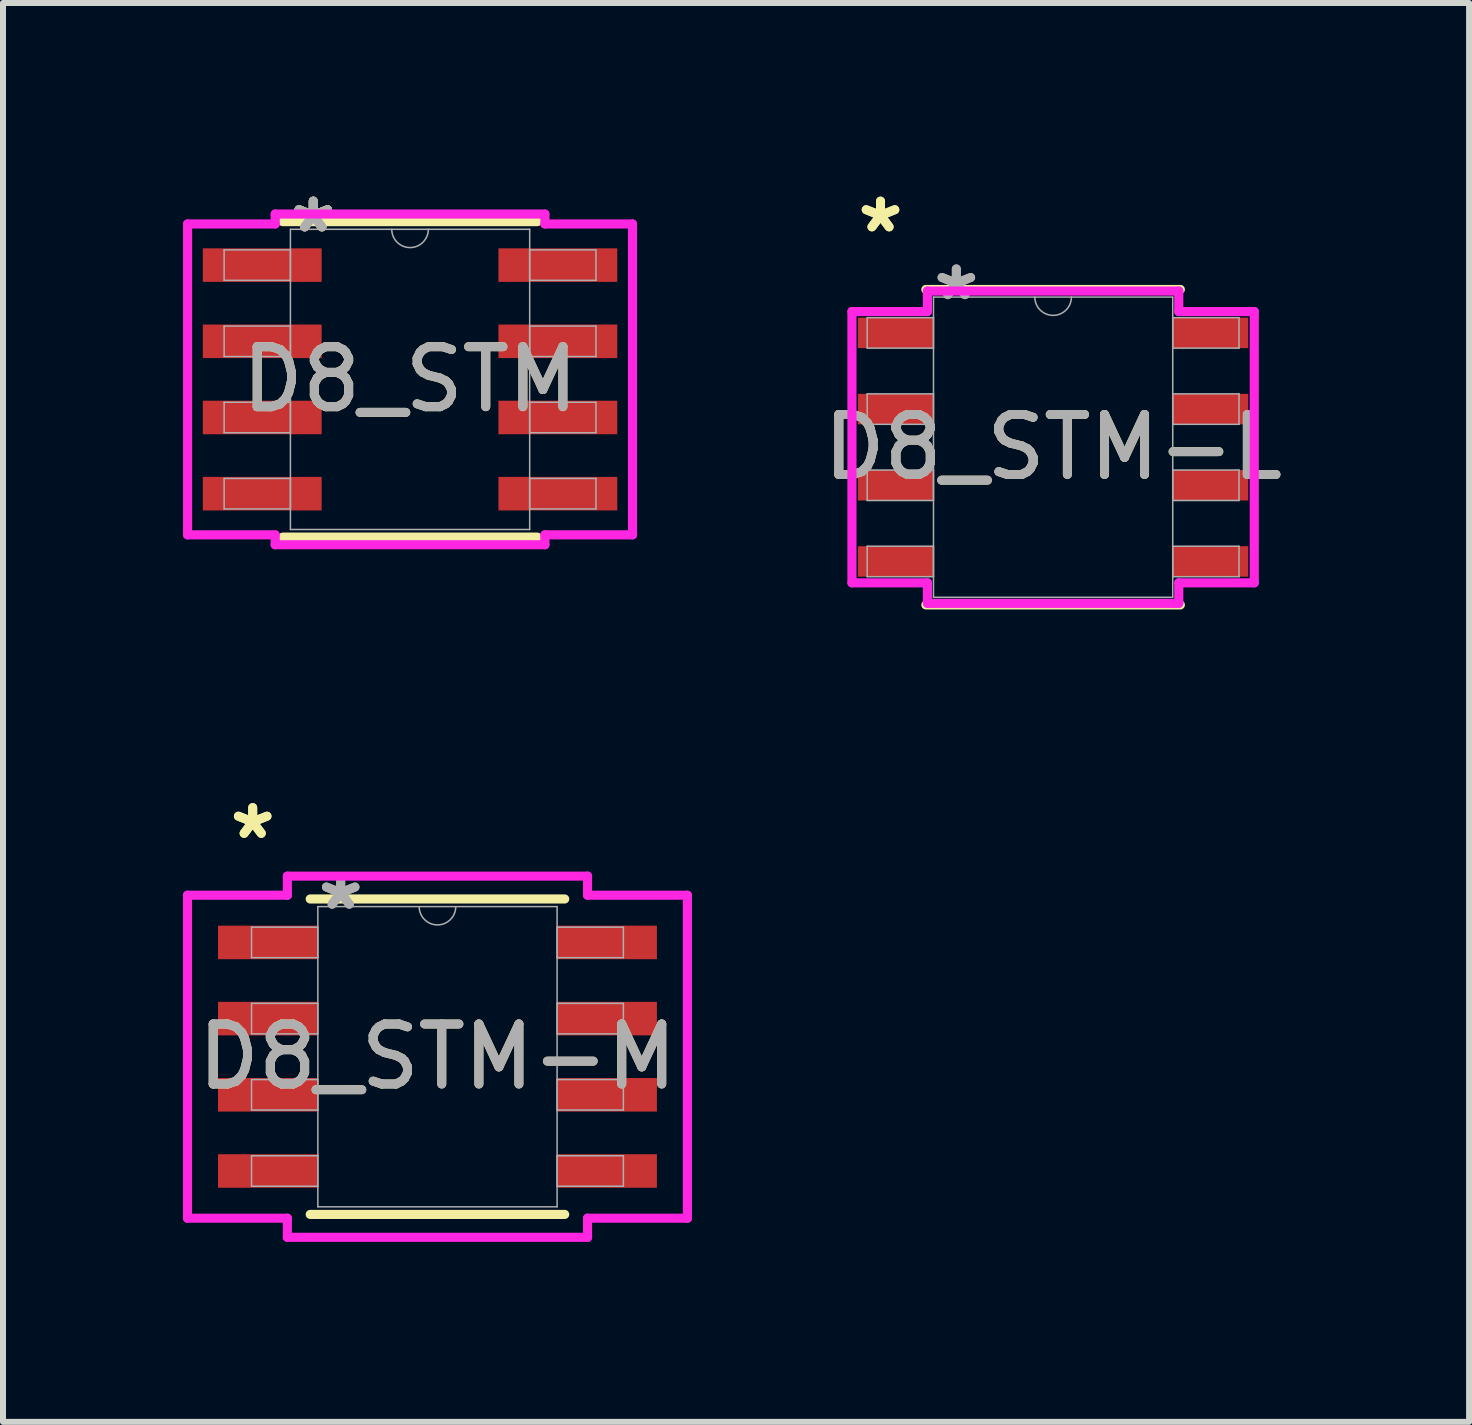
<source format=kicad_pcb>
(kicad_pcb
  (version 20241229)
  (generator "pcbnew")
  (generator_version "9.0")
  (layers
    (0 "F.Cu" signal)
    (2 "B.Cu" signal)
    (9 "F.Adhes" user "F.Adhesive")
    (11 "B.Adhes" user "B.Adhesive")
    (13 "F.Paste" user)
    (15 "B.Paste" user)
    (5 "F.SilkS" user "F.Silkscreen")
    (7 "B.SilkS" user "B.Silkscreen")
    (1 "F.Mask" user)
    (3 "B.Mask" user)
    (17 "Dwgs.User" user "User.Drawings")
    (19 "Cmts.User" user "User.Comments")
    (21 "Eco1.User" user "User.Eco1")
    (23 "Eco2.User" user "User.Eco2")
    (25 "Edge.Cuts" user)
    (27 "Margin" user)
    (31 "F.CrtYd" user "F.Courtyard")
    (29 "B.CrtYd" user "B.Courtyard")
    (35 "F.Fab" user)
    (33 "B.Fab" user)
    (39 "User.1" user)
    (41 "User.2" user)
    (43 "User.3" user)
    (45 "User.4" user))
  (footprint "D8_STM-M"
    (layer "F.Cu")
    (at 4.242 14.564)
    (property "Reference" "D8_STM-M" (at 0 0 0) (unlocked yes) (layer "F.SilkS") (effects (font (size 1 1) (thickness 0.15))))
    (attr smd)
    (fp_line (start -2.121 2.629) (end 2.121 2.629) (stroke (width 0.152) (type solid)) (layer "F.SilkS"))
    (fp_line (start 2.121 -2.629) (end -2.121 -2.629) (stroke (width 0.152) (type solid)) (layer "F.SilkS"))
    (fp_line (start -4.166 -2.692) (end -2.502 -2.692) (stroke (width 0.152) (type solid)) (layer "F.CrtYd"))
    (fp_line (start -4.166 2.692) (end -4.166 -2.692) (stroke (width 0.152) (type solid)) (layer "F.CrtYd"))
    (fp_line (start -4.166 2.692) (end -2.502 2.692) (stroke (width 0.152) (type solid)) (layer "F.CrtYd"))
    (fp_line (start -2.502 -3.01) (end 2.502 -3.01) (stroke (width 0.152) (type solid)) (layer "F.CrtYd"))
    (fp_line (start -2.502 -2.692) (end -2.502 -3.01) (stroke (width 0.152) (type solid)) (layer "F.CrtYd"))
    (fp_line (start -2.502 3.01) (end -2.502 2.692) (stroke (width 0.152) (type solid)) (layer "F.CrtYd"))
    (fp_line (start 2.502 -3.01) (end 2.502 -2.692) (stroke (width 0.152) (type solid)) (layer "F.CrtYd"))
    (fp_line (start 2.502 2.692) (end 2.502 3.01) (stroke (width 0.152) (type solid)) (layer "F.CrtYd"))
    (fp_line (start 2.502 3.01) (end -2.502 3.01) (stroke (width 0.152) (type solid)) (layer "F.CrtYd"))
    (fp_line (start 4.166 -2.692) (end 2.502 -2.692) (stroke (width 0.152) (type solid)) (layer "F.CrtYd"))
    (fp_line (start 4.166 -2.692) (end 4.166 2.692) (stroke (width 0.152) (type solid)) (layer "F.CrtYd"))
    (fp_line (start 4.166 2.692) (end 2.502 2.692) (stroke (width 0.152) (type solid)) (layer "F.CrtYd"))
    (fp_line (start -3.099 -2.159) (end -3.099 -1.651) (stroke (width 0.025) (type solid)) (layer "F.Fab"))
    (fp_line (start -3.099 -1.651) (end -1.994 -1.651) (stroke (width 0.025) (type solid)) (layer "F.Fab"))
    (fp_line (start -3.099 -0.889) (end -3.099 -0.381) (stroke (width 0.025) (type solid)) (layer "F.Fab"))
    (fp_line (start -3.099 -0.381) (end -1.994 -0.381) (stroke (width 0.025) (type solid)) (layer "F.Fab"))
    (fp_line (start -3.099 0.381) (end -3.099 0.889) (stroke (width 0.025) (type solid)) (layer "F.Fab"))
    (fp_line (start -3.099 0.889) (end -1.994 0.889) (stroke (width 0.025) (type solid)) (layer "F.Fab"))
    (fp_line (start -3.099 1.651) (end -3.099 2.159) (stroke (width 0.025) (type solid)) (layer "F.Fab"))
    (fp_line (start -3.099 2.159) (end -1.994 2.159) (stroke (width 0.025) (type solid)) (layer "F.Fab"))
    (fp_line (start -1.994 -2.502) (end -1.994 2.502) (stroke (width 0.025) (type solid)) (layer "F.Fab"))
    (fp_line (start -1.994 -2.159) (end -3.099 -2.159) (stroke (width 0.025) (type solid)) (layer "F.Fab"))
    (fp_line (start -1.994 -1.651) (end -1.994 -2.159) (stroke (width 0.025) (type solid)) (layer "F.Fab"))
    (fp_line (start -1.994 -0.889) (end -3.099 -0.889) (stroke (width 0.025) (type solid)) (layer "F.Fab"))
    (fp_line (start -1.994 -0.381) (end -1.994 -0.889) (stroke (width 0.025) (type solid)) (layer "F.Fab"))
    (fp_line (start -1.994 0.381) (end -3.099 0.381) (stroke (width 0.025) (type solid)) (layer "F.Fab"))
    (fp_line (start -1.994 0.889) (end -1.994 0.381) (stroke (width 0.025) (type solid)) (layer "F.Fab"))
    (fp_line (start -1.994 1.651) (end -3.099 1.651) (stroke (width 0.025) (type solid)) (layer "F.Fab"))
    (fp_line (start -1.994 2.159) (end -1.994 1.651) (stroke (width 0.025) (type solid)) (layer "F.Fab"))
    (fp_line (start -1.994 2.502) (end 1.994 2.502) (stroke (width 0.025) (type solid)) (layer "F.Fab"))
    (fp_line (start 1.994 -2.502) (end -1.994 -2.502) (stroke (width 0.025) (type solid)) (layer "F.Fab"))
    (fp_line (start 1.994 -2.159) (end 1.994 -1.651) (stroke (width 0.025) (type solid)) (layer "F.Fab"))
    (fp_line (start 1.994 -1.651) (end 3.099 -1.651) (stroke (width 0.025) (type solid)) (layer "F.Fab"))
    (fp_line (start 1.994 -0.889) (end 1.994 -0.381) (stroke (width 0.025) (type solid)) (layer "F.Fab"))
    (fp_line (start 1.994 -0.381) (end 3.099 -0.381) (stroke (width 0.025) (type solid)) (layer "F.Fab"))
    (fp_line (start 1.994 0.381) (end 1.994 0.889) (stroke (width 0.025) (type solid)) (layer "F.Fab"))
    (fp_line (start 1.994 0.889) (end 3.099 0.889) (stroke (width 0.025) (type solid)) (layer "F.Fab"))
    (fp_line (start 1.994 1.651) (end 1.994 2.159) (stroke (width 0.025) (type solid)) (layer "F.Fab"))
    (fp_line (start 1.994 2.159) (end 3.099 2.159) (stroke (width 0.025) (type solid)) (layer "F.Fab"))
    (fp_line (start 1.994 2.502) (end 1.994 -2.502) (stroke (width 0.025) (type solid)) (layer "F.Fab"))
    (fp_line (start 3.099 -2.159) (end 1.994 -2.159) (stroke (width 0.025) (type solid)) (layer "F.Fab"))
    (fp_line (start 3.099 -1.651) (end 3.099 -2.159) (stroke (width 0.025) (type solid)) (layer "F.Fab"))
    (fp_line (start 3.099 -0.889) (end 1.994 -0.889) (stroke (width 0.025) (type solid)) (layer "F.Fab"))
    (fp_line (start 3.099 -0.381) (end 3.099 -0.889) (stroke (width 0.025) (type solid)) (layer "F.Fab"))
    (fp_line (start 3.099 0.381) (end 1.994 0.381) (stroke (width 0.025) (type solid)) (layer "F.Fab"))
    (fp_line (start 3.099 0.889) (end 3.099 0.381) (stroke (width 0.025) (type solid)) (layer "F.Fab"))
    (fp_line (start 3.099 1.651) (end 1.994 1.651) (stroke (width 0.025) (type solid)) (layer "F.Fab"))
    (fp_line (start 3.099 2.159) (end 3.099 1.651) (stroke (width 0.025) (type solid)) (layer "F.Fab"))
    (fp_arc (start 0.3048 -2.5019) (mid 0 -2.1971) (end -0.3048 -2.5019) (stroke (width 0.0254) (type solid)) (layer "F.Fab"))
    (fp_text user "*" (at -3.08 -3.607 0) (unlocked yes) (layer "F.SilkS") (effects (font (size 1 1) (thickness 0.15))))
    (fp_text user "*" (at -3.08 -3.607 0) (layer "F.SilkS") (effects (font (size 1 1) (thickness 0.15))))
    (fp_text user "*" (at -1.613 -2.426 0) (unlocked yes) (layer "F.Fab") (effects (font (size 1 1) (thickness 0.15))))
    (fp_text user "*" (at -1.613 -2.426 0) (layer "F.Fab") (effects (font (size 1 1) (thickness 0.15))))
    (fp_text user "${REFERENCE}" (at 0 0 0) (unlocked yes) (layer "F.Fab") (effects (font (size 1 1) (thickness 0.15))))
    (pad "1" smd rect (at -2.826 -1.905) (size 1.664 0.559) (layers "F.Cu" "F.Mask" "F.Paste"))
    (pad "2" smd rect (at -2.826 -0.635) (size 1.664 0.559) (layers "F.Cu" "F.Mask" "F.Paste"))
    (pad "3" smd rect (at -2.826 0.635) (size 1.664 0.559) (layers "F.Cu" "F.Mask" "F.Paste"))
    (pad "4" smd rect (at -2.826 1.905) (size 1.664 0.559) (layers "F.Cu" "F.Mask" "F.Paste"))
    (pad "5" smd rect (at 2.826 1.905) (size 1.664 0.559) (layers "F.Cu" "F.Mask" "F.Paste"))
    (pad "6" smd rect (at 2.826 0.635) (size 1.664 0.559) (layers "F.Cu" "F.Mask" "F.Paste"))
    (pad "7" smd rect (at 2.826 -0.635) (size 1.664 0.559) (layers "F.Cu" "F.Mask" "F.Paste"))
    (pad "8" smd rect (at 2.826 -1.905) (size 1.664 0.559) (layers "F.Cu" "F.Mask" "F.Paste")))
  (footprint "D8_STM"
    (layer "F.Cu")
    (at 3.785 3.274)
    (property "Reference" "D8_STM" (at 0 0 0) (unlocked yes) (layer "F.SilkS") (effects (font (size 1 1) (thickness 0.15))))
    (attr smd)
    (fp_line (start -2.121 2.629) (end 2.121 2.629) (stroke (width 0.152) (type solid)) (layer "F.SilkS"))
    (fp_line (start 2.121 -2.629) (end -2.121 -2.629) (stroke (width 0.152) (type solid)) (layer "F.SilkS"))
    (fp_line (start -3.708 -2.591) (end -2.248 -2.591) (stroke (width 0.152) (type solid)) (layer "F.CrtYd"))
    (fp_line (start -3.708 2.591) (end -3.708 -2.591) (stroke (width 0.152) (type solid)) (layer "F.CrtYd"))
    (fp_line (start -3.708 2.591) (end -2.248 2.591) (stroke (width 0.152) (type solid)) (layer "F.CrtYd"))
    (fp_line (start -2.248 -2.756) (end 2.248 -2.756) (stroke (width 0.152) (type solid)) (layer "F.CrtYd"))
    (fp_line (start -2.248 -2.591) (end -2.248 -2.756) (stroke (width 0.152) (type solid)) (layer "F.CrtYd"))
    (fp_line (start -2.248 2.756) (end -2.248 2.591) (stroke (width 0.152) (type solid)) (layer "F.CrtYd"))
    (fp_line (start 2.248 -2.756) (end 2.248 -2.591) (stroke (width 0.152) (type solid)) (layer "F.CrtYd"))
    (fp_line (start 2.248 2.591) (end 2.248 2.756) (stroke (width 0.152) (type solid)) (layer "F.CrtYd"))
    (fp_line (start 2.248 2.756) (end -2.248 2.756) (stroke (width 0.152) (type solid)) (layer "F.CrtYd"))
    (fp_line (start 3.708 -2.591) (end 2.248 -2.591) (stroke (width 0.152) (type solid)) (layer "F.CrtYd"))
    (fp_line (start 3.708 -2.591) (end 3.708 2.591) (stroke (width 0.152) (type solid)) (layer "F.CrtYd"))
    (fp_line (start 3.708 2.591) (end 2.248 2.591) (stroke (width 0.152) (type solid)) (layer "F.CrtYd"))
    (fp_line (start -3.099 -2.159) (end -3.099 -1.651) (stroke (width 0.025) (type solid)) (layer "F.Fab"))
    (fp_line (start -3.099 -1.651) (end -1.994 -1.651) (stroke (width 0.025) (type solid)) (layer "F.Fab"))
    (fp_line (start -3.099 -0.889) (end -3.099 -0.381) (stroke (width 0.025) (type solid)) (layer "F.Fab"))
    (fp_line (start -3.099 -0.381) (end -1.994 -0.381) (stroke (width 0.025) (type solid)) (layer "F.Fab"))
    (fp_line (start -3.099 0.381) (end -3.099 0.889) (stroke (width 0.025) (type solid)) (layer "F.Fab"))
    (fp_line (start -3.099 0.889) (end -1.994 0.889) (stroke (width 0.025) (type solid)) (layer "F.Fab"))
    (fp_line (start -3.099 1.651) (end -3.099 2.159) (stroke (width 0.025) (type solid)) (layer "F.Fab"))
    (fp_line (start -3.099 2.159) (end -1.994 2.159) (stroke (width 0.025) (type solid)) (layer "F.Fab"))
    (fp_line (start -1.994 -2.502) (end -1.994 2.502) (stroke (width 0.025) (type solid)) (layer "F.Fab"))
    (fp_line (start -1.994 -2.159) (end -3.099 -2.159) (stroke (width 0.025) (type solid)) (layer "F.Fab"))
    (fp_line (start -1.994 -1.651) (end -1.994 -2.159) (stroke (width 0.025) (type solid)) (layer "F.Fab"))
    (fp_line (start -1.994 -0.889) (end -3.099 -0.889) (stroke (width 0.025) (type solid)) (layer "F.Fab"))
    (fp_line (start -1.994 -0.381) (end -1.994 -0.889) (stroke (width 0.025) (type solid)) (layer "F.Fab"))
    (fp_line (start -1.994 0.381) (end -3.099 0.381) (stroke (width 0.025) (type solid)) (layer "F.Fab"))
    (fp_line (start -1.994 0.889) (end -1.994 0.381) (stroke (width 0.025) (type solid)) (layer "F.Fab"))
    (fp_line (start -1.994 1.651) (end -3.099 1.651) (stroke (width 0.025) (type solid)) (layer "F.Fab"))
    (fp_line (start -1.994 2.159) (end -1.994 1.651) (stroke (width 0.025) (type solid)) (layer "F.Fab"))
    (fp_line (start -1.994 2.502) (end 1.994 2.502) (stroke (width 0.025) (type solid)) (layer "F.Fab"))
    (fp_line (start 1.994 -2.502) (end -1.994 -2.502) (stroke (width 0.025) (type solid)) (layer "F.Fab"))
    (fp_line (start 1.994 -2.159) (end 1.994 -1.651) (stroke (width 0.025) (type solid)) (layer "F.Fab"))
    (fp_line (start 1.994 -1.651) (end 3.099 -1.651) (stroke (width 0.025) (type solid)) (layer "F.Fab"))
    (fp_line (start 1.994 -0.889) (end 1.994 -0.381) (stroke (width 0.025) (type solid)) (layer "F.Fab"))
    (fp_line (start 1.994 -0.381) (end 3.099 -0.381) (stroke (width 0.025) (type solid)) (layer "F.Fab"))
    (fp_line (start 1.994 0.381) (end 1.994 0.889) (stroke (width 0.025) (type solid)) (layer "F.Fab"))
    (fp_line (start 1.994 0.889) (end 3.099 0.889) (stroke (width 0.025) (type solid)) (layer "F.Fab"))
    (fp_line (start 1.994 1.651) (end 1.994 2.159) (stroke (width 0.025) (type solid)) (layer "F.Fab"))
    (fp_line (start 1.994 2.159) (end 3.099 2.159) (stroke (width 0.025) (type solid)) (layer "F.Fab"))
    (fp_line (start 1.994 2.502) (end 1.994 -2.502) (stroke (width 0.025) (type solid)) (layer "F.Fab"))
    (fp_line (start 3.099 -2.159) (end 1.994 -2.159) (stroke (width 0.025) (type solid)) (layer "F.Fab"))
    (fp_line (start 3.099 -1.651) (end 3.099 -2.159) (stroke (width 0.025) (type solid)) (layer "F.Fab"))
    (fp_line (start 3.099 -0.889) (end 1.994 -0.889) (stroke (width 0.025) (type solid)) (layer "F.Fab"))
    (fp_line (start 3.099 -0.381) (end 3.099 -0.889) (stroke (width 0.025) (type solid)) (layer "F.Fab"))
    (fp_line (start 3.099 0.381) (end 1.994 0.381) (stroke (width 0.025) (type solid)) (layer "F.Fab"))
    (fp_line (start 3.099 0.889) (end 3.099 0.381) (stroke (width 0.025) (type solid)) (layer "F.Fab"))
    (fp_line (start 3.099 1.651) (end 1.994 1.651) (stroke (width 0.025) (type solid)) (layer "F.Fab"))
    (fp_line (start 3.099 2.159) (end 3.099 1.651) (stroke (width 0.025) (type solid)) (layer "F.Fab"))
    (fp_arc (start 0.3048 -2.5019) (mid 0 -2.1971) (end -0.3048 -2.5019) (stroke (width 0.0254) (type solid)) (layer "F.Fab"))
    (fp_text user "*" (at -1.613 -2.426 0) (layer "F.SilkS") (effects (font (size 1 1) (thickness 0.15))))
    (fp_text user "*" (at -1.613 -2.426 0) (unlocked yes) (layer "F.SilkS") (effects (font (size 1 1) (thickness 0.15))))
    (fp_text user "*" (at -1.613 -2.426 0) (unlocked yes) (layer "F.Fab") (effects (font (size 1 1) (thickness 0.15))))
    (fp_text user "${REFERENCE}" (at 0 0 0) (unlocked yes) (layer "F.Fab") (effects (font (size 1 1) (thickness 0.15))))
    (fp_text user "*" (at -1.613 -2.426 0) (layer "F.Fab") (effects (font (size 1 1) (thickness 0.15))))
    (pad "1" smd rect (at -2.464 -1.905) (size 1.981 0.559) (layers "F.Cu" "F.Mask" "F.Paste"))
    (pad "2" smd rect (at -2.464 -0.635) (size 1.981 0.559) (layers "F.Cu" "F.Mask" "F.Paste"))
    (pad "3" smd rect (at -2.464 0.635) (size 1.981 0.559) (layers "F.Cu" "F.Mask" "F.Paste"))
    (pad "4" smd rect (at -2.464 1.905) (size 1.981 0.559) (layers "F.Cu" "F.Mask" "F.Paste"))
    (pad "5" smd rect (at 2.464 1.905) (size 1.981 0.559) (layers "F.Cu" "F.Mask" "F.Paste"))
    (pad "6" smd rect (at 2.464 0.635) (size 1.981 0.559) (layers "F.Cu" "F.Mask" "F.Paste"))
    (pad "7" smd rect (at 2.464 -0.635) (size 1.981 0.559) (layers "F.Cu" "F.Mask" "F.Paste"))
    (pad "8" smd rect (at 2.464 -1.905) (size 1.981 0.559) (layers "F.Cu" "F.Mask" "F.Paste")))
  (footprint "D8_STM-L"
    (layer "F.Cu")
    (at 14.504 4.404)
    (property "Reference" "D8_STM-L" (at 0 0 0) (unlocked yes) (layer "F.SilkS") (effects (font (size 1 1) (thickness 0.15))))
    (attr smd)
    (fp_line (start -2.121 2.629) (end 2.121 2.629) (stroke (width 0.152) (type solid)) (layer "F.SilkS"))
    (fp_line (start 2.121 -2.629) (end -2.121 -2.629) (stroke (width 0.152) (type solid)) (layer "F.SilkS"))
    (fp_line (start -3.353 -2.261) (end -2.095 -2.261) (stroke (width 0.152) (type solid)) (layer "F.CrtYd"))
    (fp_line (start -3.353 2.261) (end -3.353 -2.261) (stroke (width 0.152) (type solid)) (layer "F.CrtYd"))
    (fp_line (start -3.353 2.261) (end -2.095 2.261) (stroke (width 0.152) (type solid)) (layer "F.CrtYd"))
    (fp_line (start -2.095 -2.603) (end 2.095 -2.603) (stroke (width 0.152) (type solid)) (layer "F.CrtYd"))
    (fp_line (start -2.095 -2.261) (end -2.095 -2.603) (stroke (width 0.152) (type solid)) (layer "F.CrtYd"))
    (fp_line (start -2.095 2.603) (end -2.095 2.261) (stroke (width 0.152) (type solid)) (layer "F.CrtYd"))
    (fp_line (start 2.095 -2.603) (end 2.095 -2.261) (stroke (width 0.152) (type solid)) (layer "F.CrtYd"))
    (fp_line (start 2.095 2.261) (end 2.095 2.603) (stroke (width 0.152) (type solid)) (layer "F.CrtYd"))
    (fp_line (start 2.095 2.603) (end -2.095 2.603) (stroke (width 0.152) (type solid)) (layer "F.CrtYd"))
    (fp_line (start 3.353 -2.261) (end 2.095 -2.261) (stroke (width 0.152) (type solid)) (layer "F.CrtYd"))
    (fp_line (start 3.353 -2.261) (end 3.353 2.261) (stroke (width 0.152) (type solid)) (layer "F.CrtYd"))
    (fp_line (start 3.353 2.261) (end 2.095 2.261) (stroke (width 0.152) (type solid)) (layer "F.CrtYd"))
    (fp_line (start -3.099 -2.159) (end -3.099 -1.651) (stroke (width 0.025) (type solid)) (layer "F.Fab"))
    (fp_line (start -3.099 -1.651) (end -1.994 -1.651) (stroke (width 0.025) (type solid)) (layer "F.Fab"))
    (fp_line (start -3.099 -0.889) (end -3.099 -0.381) (stroke (width 0.025) (type solid)) (layer "F.Fab"))
    (fp_line (start -3.099 -0.381) (end -1.994 -0.381) (stroke (width 0.025) (type solid)) (layer "F.Fab"))
    (fp_line (start -3.099 0.381) (end -3.099 0.889) (stroke (width 0.025) (type solid)) (layer "F.Fab"))
    (fp_line (start -3.099 0.889) (end -1.994 0.889) (stroke (width 0.025) (type solid)) (layer "F.Fab"))
    (fp_line (start -3.099 1.651) (end -3.099 2.159) (stroke (width 0.025) (type solid)) (layer "F.Fab"))
    (fp_line (start -3.099 2.159) (end -1.994 2.159) (stroke (width 0.025) (type solid)) (layer "F.Fab"))
    (fp_line (start -1.994 -2.502) (end -1.994 2.502) (stroke (width 0.025) (type solid)) (layer "F.Fab"))
    (fp_line (start -1.994 -2.159) (end -3.099 -2.159) (stroke (width 0.025) (type solid)) (layer "F.Fab"))
    (fp_line (start -1.994 -1.651) (end -1.994 -2.159) (stroke (width 0.025) (type solid)) (layer "F.Fab"))
    (fp_line (start -1.994 -0.889) (end -3.099 -0.889) (stroke (width 0.025) (type solid)) (layer "F.Fab"))
    (fp_line (start -1.994 -0.381) (end -1.994 -0.889) (stroke (width 0.025) (type solid)) (layer "F.Fab"))
    (fp_line (start -1.994 0.381) (end -3.099 0.381) (stroke (width 0.025) (type solid)) (layer "F.Fab"))
    (fp_line (start -1.994 0.889) (end -1.994 0.381) (stroke (width 0.025) (type solid)) (layer "F.Fab"))
    (fp_line (start -1.994 1.651) (end -3.099 1.651) (stroke (width 0.025) (type solid)) (layer "F.Fab"))
    (fp_line (start -1.994 2.159) (end -1.994 1.651) (stroke (width 0.025) (type solid)) (layer "F.Fab"))
    (fp_line (start -1.994 2.502) (end 1.994 2.502) (stroke (width 0.025) (type solid)) (layer "F.Fab"))
    (fp_line (start 1.994 -2.502) (end -1.994 -2.502) (stroke (width 0.025) (type solid)) (layer "F.Fab"))
    (fp_line (start 1.994 -2.159) (end 1.994 -1.651) (stroke (width 0.025) (type solid)) (layer "F.Fab"))
    (fp_line (start 1.994 -1.651) (end 3.099 -1.651) (stroke (width 0.025) (type solid)) (layer "F.Fab"))
    (fp_line (start 1.994 -0.889) (end 1.994 -0.381) (stroke (width 0.025) (type solid)) (layer "F.Fab"))
    (fp_line (start 1.994 -0.381) (end 3.099 -0.381) (stroke (width 0.025) (type solid)) (layer "F.Fab"))
    (fp_line (start 1.994 0.381) (end 1.994 0.889) (stroke (width 0.025) (type solid)) (layer "F.Fab"))
    (fp_line (start 1.994 0.889) (end 3.099 0.889) (stroke (width 0.025) (type solid)) (layer "F.Fab"))
    (fp_line (start 1.994 1.651) (end 1.994 2.159) (stroke (width 0.025) (type solid)) (layer "F.Fab"))
    (fp_line (start 1.994 2.159) (end 3.099 2.159) (stroke (width 0.025) (type solid)) (layer "F.Fab"))
    (fp_line (start 1.994 2.502) (end 1.994 -2.502) (stroke (width 0.025) (type solid)) (layer "F.Fab"))
    (fp_line (start 3.099 -2.159) (end 1.994 -2.159) (stroke (width 0.025) (type solid)) (layer "F.Fab"))
    (fp_line (start 3.099 -1.651) (end 3.099 -2.159) (stroke (width 0.025) (type solid)) (layer "F.Fab"))
    (fp_line (start 3.099 -0.889) (end 1.994 -0.889) (stroke (width 0.025) (type solid)) (layer "F.Fab"))
    (fp_line (start 3.099 -0.381) (end 3.099 -0.889) (stroke (width 0.025) (type solid)) (layer "F.Fab"))
    (fp_line (start 3.099 0.381) (end 1.994 0.381) (stroke (width 0.025) (type solid)) (layer "F.Fab"))
    (fp_line (start 3.099 0.889) (end 3.099 0.381) (stroke (width 0.025) (type solid)) (layer "F.Fab"))
    (fp_line (start 3.099 1.651) (end 1.994 1.651) (stroke (width 0.025) (type solid)) (layer "F.Fab"))
    (fp_line (start 3.099 2.159) (end 3.099 1.651) (stroke (width 0.025) (type solid)) (layer "F.Fab"))
    (fp_arc (start 0.3048 -2.5019) (mid 0 -2.1971) (end -0.3048 -2.5019) (stroke (width 0.0254) (type solid)) (layer "F.Fab"))
    (fp_text user "*" (at -2.877 -3.556 0) (layer "F.SilkS") (effects (font (size 1 1) (thickness 0.15))))
    (fp_text user "*" (at -2.877 -3.556 0) (unlocked yes) (layer "F.SilkS") (effects (font (size 1 1) (thickness 0.15))))
    (fp_text user "*" (at -1.613 -2.426 0) (unlocked yes) (layer "F.Fab") (effects (font (size 1 1) (thickness 0.15))))
    (fp_text user "*" (at -1.613 -2.426 0) (layer "F.Fab") (effects (font (size 1 1) (thickness 0.15))))
    (fp_text user "${REFERENCE}" (at 0 0 0) (unlocked yes) (layer "F.Fab") (effects (font (size 1 1) (thickness 0.15))))
    (pad "1" smd rect (at -2.623 -1.905) (size 1.257 0.508) (layers "F.Cu" "F.Mask" "F.Paste"))
    (pad "2" smd rect (at -2.623 -0.635) (size 1.257 0.508) (layers "F.Cu" "F.Mask" "F.Paste"))
    (pad "3" smd rect (at -2.623 0.635) (size 1.257 0.508) (layers "F.Cu" "F.Mask" "F.Paste"))
    (pad "4" smd rect (at -2.623 1.905) (size 1.257 0.508) (layers "F.Cu" "F.Mask" "F.Paste"))
    (pad "5" smd rect (at 2.623 1.905) (size 1.257 0.508) (layers "F.Cu" "F.Mask" "F.Paste"))
    (pad "6" smd rect (at 2.623 0.635) (size 1.257 0.508) (layers "F.Cu" "F.Mask" "F.Paste"))
    (pad "7" smd rect (at 2.623 -0.635) (size 1.257 0.508) (layers "F.Cu" "F.Mask" "F.Paste"))
    (pad "8" smd rect (at 2.623 -1.905) (size 1.257 0.508) (layers "F.Cu" "F.Mask" "F.Paste")))
  (gr_rect
    (start -3 -3)
    (end 21.438 20.651)
    (stroke (width 0.1) (type default))
    (fill no)
    (layer "Edge.Cuts")))
</source>
